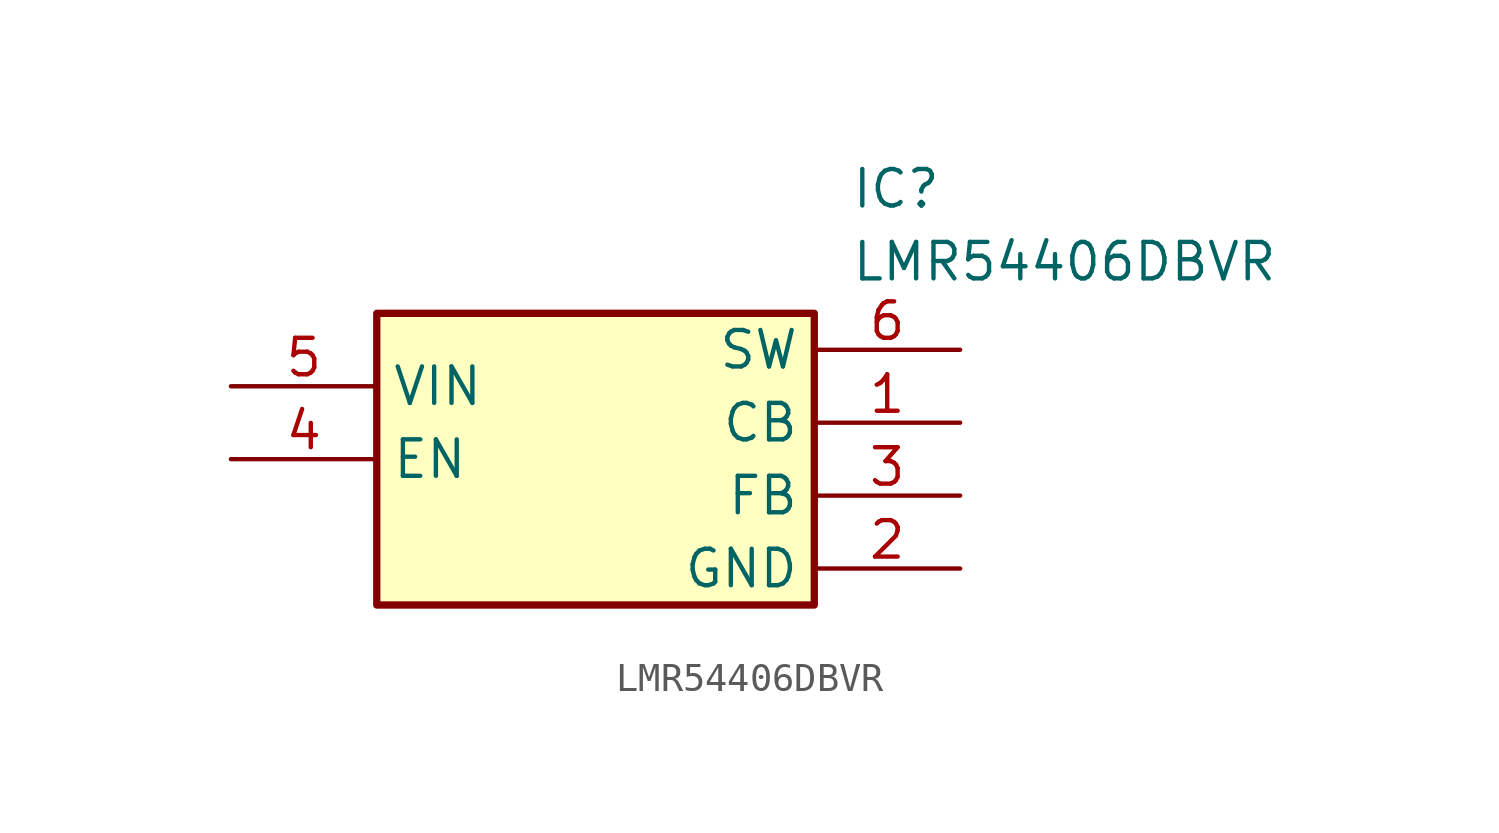
<source format=kicad_sym>
(kicad_symbol_lib
  (version 20220914)
  (generator kicad_symbol_editor)
  (symbol "LMR54406DBVR"
    (property "Reference" "IC"
      (at 21.59 7.62 0)
      (effects (font (size 1.27 1.27)) (justify left top)))
    (property "Value" "LMR54406DBVR"
      (at 21.59 5.08 0)
      (effects (font (size 1.27 1.27)) (justify left top)))
    (symbol "LMR54406DBVR_1_1"
      (rectangle (start 5.08 2.54) (end 20.32 -7.62) (stroke (width 0.254) (type default)) (fill (type background)))
      (pin passive line (at 25.4 -1.27 180) (length 5.08) (name "CB" (effects (font (size 1.27 1.27)))) (number "1" (effects (font (size 1.27 1.27)))))
      (pin passive line (at 25.4 -6.35 180) (length 5.08) (name "GND" (effects (font (size 1.27 1.27)))) (number "2" (effects (font (size 1.27 1.27)))))
      (pin passive line (at 25.4 -3.81 180) (length 5.08) (name "FB" (effects (font (size 1.27 1.27)))) (number "3" (effects (font (size 1.27 1.27)))))
      (pin passive line (at 0 -2.54 0) (length 5.08) (name "EN" (effects (font (size 1.27 1.27)))) (number "4" (effects (font (size 1.27 1.27)))))
      (pin passive line (at 0 0 0) (length 5.08) (name "VIN" (effects (font (size 1.27 1.27)))) (number "5" (effects (font (size 1.27 1.27)))))
      (pin passive line (at 25.4 1.27 180) (length 5.08) (name "SW" (effects (font (size 1.27 1.27)))) (number "6" (effects (font (size 1.27 1.27))))))))
</source>
